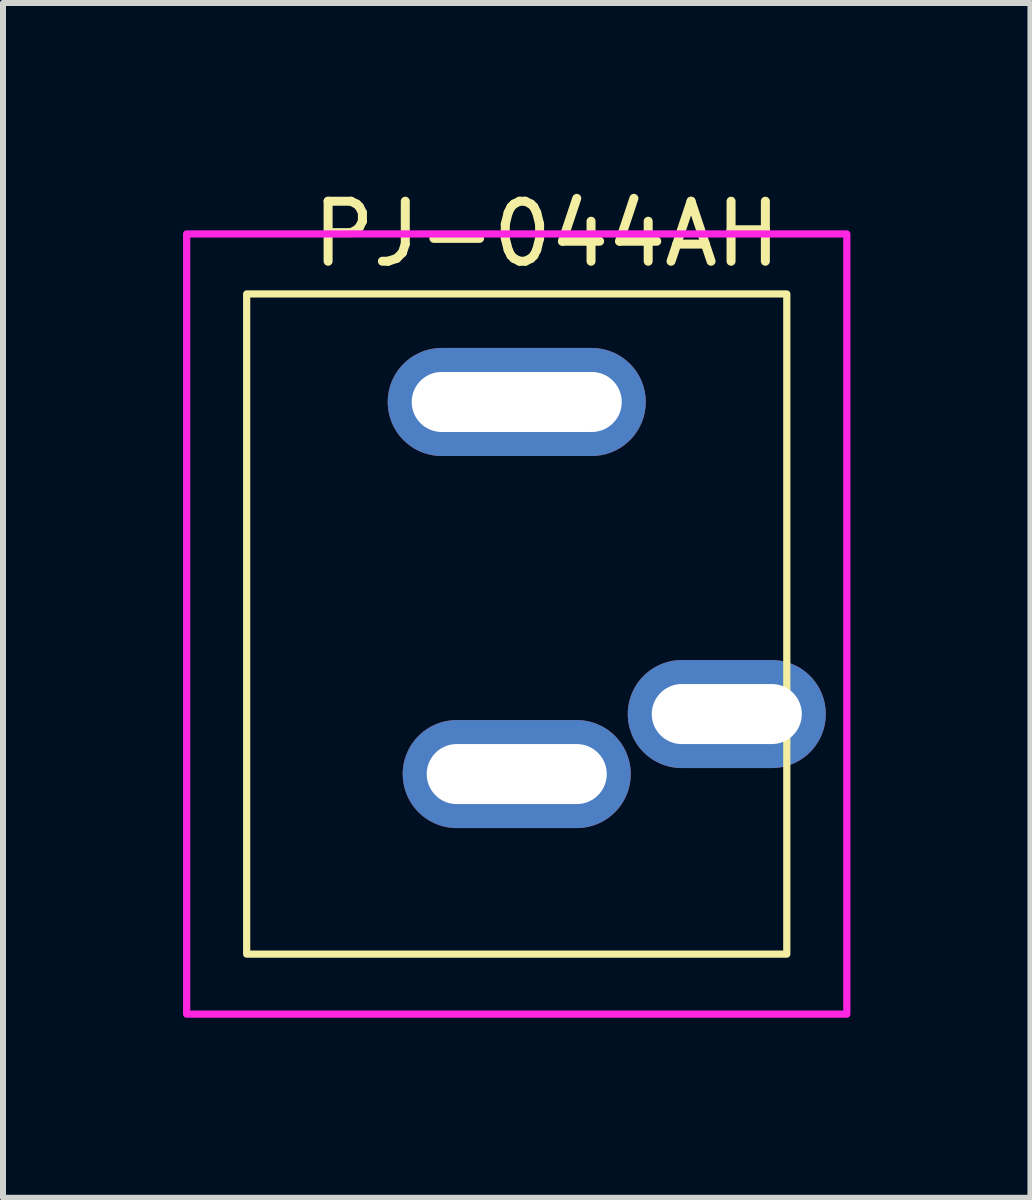
<source format=kicad_pcb>
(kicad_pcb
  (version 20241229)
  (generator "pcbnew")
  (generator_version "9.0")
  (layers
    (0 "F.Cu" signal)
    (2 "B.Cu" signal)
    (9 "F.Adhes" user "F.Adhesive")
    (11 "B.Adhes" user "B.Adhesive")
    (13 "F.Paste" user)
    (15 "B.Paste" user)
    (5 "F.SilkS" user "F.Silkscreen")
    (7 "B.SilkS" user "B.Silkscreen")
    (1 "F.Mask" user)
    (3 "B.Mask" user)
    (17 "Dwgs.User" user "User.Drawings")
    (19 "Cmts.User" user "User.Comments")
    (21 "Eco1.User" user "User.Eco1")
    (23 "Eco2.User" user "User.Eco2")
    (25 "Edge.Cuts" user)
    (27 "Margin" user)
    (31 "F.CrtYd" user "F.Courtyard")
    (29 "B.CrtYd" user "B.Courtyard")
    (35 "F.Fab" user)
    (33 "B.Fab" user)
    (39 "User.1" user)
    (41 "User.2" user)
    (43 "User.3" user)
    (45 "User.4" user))
  (footprint "PJ-044AH"
    (layer "F.Cu")
    (at 1.06 12.848)
    (property "Reference" "PJ-044AH" (at 5 -12 0) (unlocked yes) (layer "F.SilkS") (effects (font (size 1 1) (thickness 0.15))))
    (attr through_hole)
    (fp_rect (start 0 0) (end 9 -11) (stroke (width 0.12) (type solid)) (fill no) (layer "F.SilkS"))
    (fp_rect (start -1 -12) (end 10 1) (stroke (width 0.12) (type solid)) (fill no) (layer "F.CrtYd"))
    (pad "1" thru_hole oval (at 4.5 -9.2) (size 4.3 1.8) (drill oval 3.5 1) (layers "*.Cu" "*.Mask"))
    (pad "2" thru_hole oval (at 4.5 -3) (size 3.8 1.8) (drill oval 3 1) (layers "*.Cu" "*.Mask"))
    (pad "3" thru_hole oval (at 8 -4) (size 3.3 1.8) (drill oval 2.5 1) (layers "*.Cu" "*.Mask")))
  (gr_rect
    (start -3 -3)
    (end 14.12 16.908)
    (stroke (width 0.1) (type default))
    (fill no)
    (layer "Edge.Cuts")))
</source>
